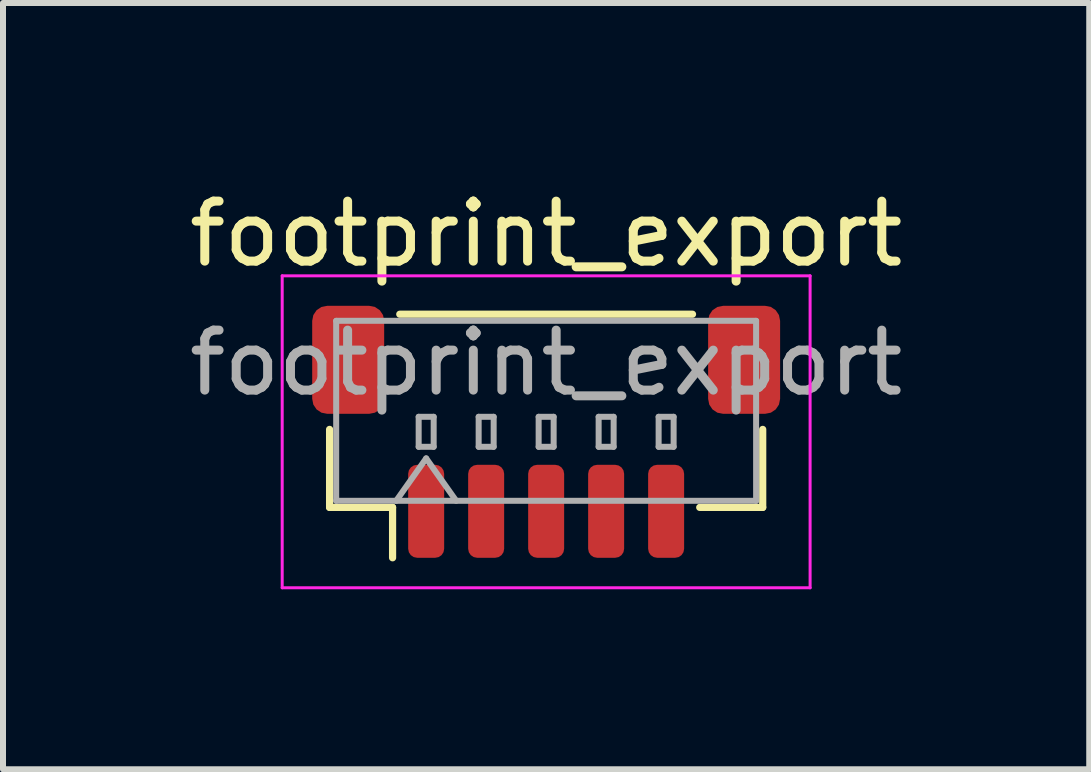
<source format=kicad_pcb>
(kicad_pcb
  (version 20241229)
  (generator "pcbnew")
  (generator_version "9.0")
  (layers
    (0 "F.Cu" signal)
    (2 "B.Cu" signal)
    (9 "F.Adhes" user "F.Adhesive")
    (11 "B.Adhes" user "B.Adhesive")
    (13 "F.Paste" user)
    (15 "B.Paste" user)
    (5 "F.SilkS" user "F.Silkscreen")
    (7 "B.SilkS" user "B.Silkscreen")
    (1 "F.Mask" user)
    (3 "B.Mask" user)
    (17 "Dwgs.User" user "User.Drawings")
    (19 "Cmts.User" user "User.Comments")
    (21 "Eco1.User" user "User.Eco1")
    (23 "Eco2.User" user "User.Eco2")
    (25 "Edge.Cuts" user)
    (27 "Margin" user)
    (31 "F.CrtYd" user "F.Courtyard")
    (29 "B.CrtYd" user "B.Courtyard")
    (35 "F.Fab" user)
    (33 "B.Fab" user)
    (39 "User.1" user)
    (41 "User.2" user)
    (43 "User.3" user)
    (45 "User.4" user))
  (footprint "footprint_export"
    (layer "F.Cu")
    (at 6.054 4.148)
    (property "Reference" "footprint_export" (at 0 -3.3 0) (layer "F.SilkS") (effects (font (size 1 1) (thickness 0.15))))
    (attr smd)
    (fp_line (start -3.61 -0.04) (end -3.61 1.26) (stroke (width 0.12) (type solid)) (layer "F.SilkS"))
    (fp_line (start -3.61 1.26) (end -2.56 1.26) (stroke (width 0.12) (type solid)) (layer "F.SilkS"))
    (fp_line (start -2.56 1.26) (end -2.56 2.1) (stroke (width 0.12) (type solid)) (layer "F.SilkS"))
    (fp_line (start -2.44 -1.96) (end 2.44 -1.96) (stroke (width 0.12) (type solid)) (layer "F.SilkS"))
    (fp_line (start 3.61 -0.04) (end 3.61 1.26) (stroke (width 0.12) (type solid)) (layer "F.SilkS"))
    (fp_line (start 3.61 1.26) (end 2.56 1.26) (stroke (width 0.12) (type solid)) (layer "F.SilkS"))
    (fp_line (start -4.4 -2.6) (end -4.4 2.6) (stroke (width 0.05) (type solid)) (layer "F.CrtYd"))
    (fp_line (start -4.4 2.6) (end 4.4 2.6) (stroke (width 0.05) (type solid)) (layer "F.CrtYd"))
    (fp_line (start 4.4 -2.6) (end -4.4 -2.6) (stroke (width 0.05) (type solid)) (layer "F.CrtYd"))
    (fp_line (start 4.4 2.6) (end 4.4 -2.6) (stroke (width 0.05) (type solid)) (layer "F.CrtYd"))
    (fp_line (start -3.5 -1.85) (end 3.5 -1.85) (stroke (width 0.1) (type solid)) (layer "F.Fab"))
    (fp_line (start -3.5 1.15) (end -3.5 -1.85) (stroke (width 0.1) (type solid)) (layer "F.Fab"))
    (fp_line (start -3.5 1.15) (end 3.5 1.15) (stroke (width 0.1) (type solid)) (layer "F.Fab"))
    (fp_line (start -2.5 1.15) (end -2 0.443) (stroke (width 0.1) (type solid)) (layer "F.Fab"))
    (fp_line (start -2.125 -0.25) (end -2.125 0.25) (stroke (width 0.1) (type solid)) (layer "F.Fab"))
    (fp_line (start -2.125 0.25) (end -1.875 0.25) (stroke (width 0.1) (type solid)) (layer "F.Fab"))
    (fp_line (start -2 0.443) (end -1.5 1.15) (stroke (width 0.1) (type solid)) (layer "F.Fab"))
    (fp_line (start -1.875 -0.25) (end -2.125 -0.25) (stroke (width 0.1) (type solid)) (layer "F.Fab"))
    (fp_line (start -1.875 0.25) (end -1.875 -0.25) (stroke (width 0.1) (type solid)) (layer "F.Fab"))
    (fp_line (start -1.125 -0.25) (end -1.125 0.25) (stroke (width 0.1) (type solid)) (layer "F.Fab"))
    (fp_line (start -1.125 0.25) (end -0.875 0.25) (stroke (width 0.1) (type solid)) (layer "F.Fab"))
    (fp_line (start -0.875 -0.25) (end -1.125 -0.25) (stroke (width 0.1) (type solid)) (layer "F.Fab"))
    (fp_line (start -0.875 0.25) (end -0.875 -0.25) (stroke (width 0.1) (type solid)) (layer "F.Fab"))
    (fp_line (start -0.125 -0.25) (end -0.125 0.25) (stroke (width 0.1) (type solid)) (layer "F.Fab"))
    (fp_line (start -0.125 0.25) (end 0.125 0.25) (stroke (width 0.1) (type solid)) (layer "F.Fab"))
    (fp_line (start 0.125 -0.25) (end -0.125 -0.25) (stroke (width 0.1) (type solid)) (layer "F.Fab"))
    (fp_line (start 0.125 0.25) (end 0.125 -0.25) (stroke (width 0.1) (type solid)) (layer "F.Fab"))
    (fp_line (start 0.875 -0.25) (end 0.875 0.25) (stroke (width 0.1) (type solid)) (layer "F.Fab"))
    (fp_line (start 0.875 0.25) (end 1.125 0.25) (stroke (width 0.1) (type solid)) (layer "F.Fab"))
    (fp_line (start 1.125 -0.25) (end 0.875 -0.25) (stroke (width 0.1) (type solid)) (layer "F.Fab"))
    (fp_line (start 1.125 0.25) (end 1.125 -0.25) (stroke (width 0.1) (type solid)) (layer "F.Fab"))
    (fp_line (start 1.875 -0.25) (end 1.875 0.25) (stroke (width 0.1) (type solid)) (layer "F.Fab"))
    (fp_line (start 1.875 0.25) (end 2.125 0.25) (stroke (width 0.1) (type solid)) (layer "F.Fab"))
    (fp_line (start 2.125 -0.25) (end 1.875 -0.25) (stroke (width 0.1) (type solid)) (layer "F.Fab"))
    (fp_line (start 2.125 0.25) (end 2.125 -0.25) (stroke (width 0.1) (type solid)) (layer "F.Fab"))
    (fp_line (start 3.5 1.15) (end 3.5 -1.85) (stroke (width 0.1) (type solid)) (layer "F.Fab"))
    (fp_text user "${REFERENCE}" (at 0 -1.15 0) (layer "F.Fab") (effects (font (size 1 1) (thickness 0.15))))
    (pad "1" smd roundrect (at -2 1.325) (size 0.6 1.55) (layers "F.Cu" "F.Mask" "F.Paste") (roundrect_rratio 0.25))
    (pad "2" smd roundrect (at -1 1.325) (size 0.6 1.55) (layers "F.Cu" "F.Mask" "F.Paste") (roundrect_rratio 0.25))
    (pad "3" smd roundrect (at 0 1.325) (size 0.6 1.55) (layers "F.Cu" "F.Mask" "F.Paste") (roundrect_rratio 0.25))
    (pad "4" smd roundrect (at 1 1.325) (size 0.6 1.55) (layers "F.Cu" "F.Mask" "F.Paste") (roundrect_rratio 0.25))
    (pad "5" smd roundrect (at 2 1.325) (size 0.6 1.55) (layers "F.Cu" "F.Mask" "F.Paste") (roundrect_rratio 0.25))
    (pad "MP" smd roundrect (at -3.3 -1.2) (size 1.2 1.8) (layers "F.Cu" "F.Mask" "F.Paste") (roundrect_rratio 0.208))
    (pad "MP" smd roundrect (at 3.3 -1.2) (size 1.2 1.8) (layers "F.Cu" "F.Mask" "F.Paste") (roundrect_rratio 0.208)))
  (gr_rect
    (start -3 -3)
    (end 15.107 9.773)
    (stroke (width 0.1) (type default))
    (fill no)
    (layer "Edge.Cuts")))
</source>
